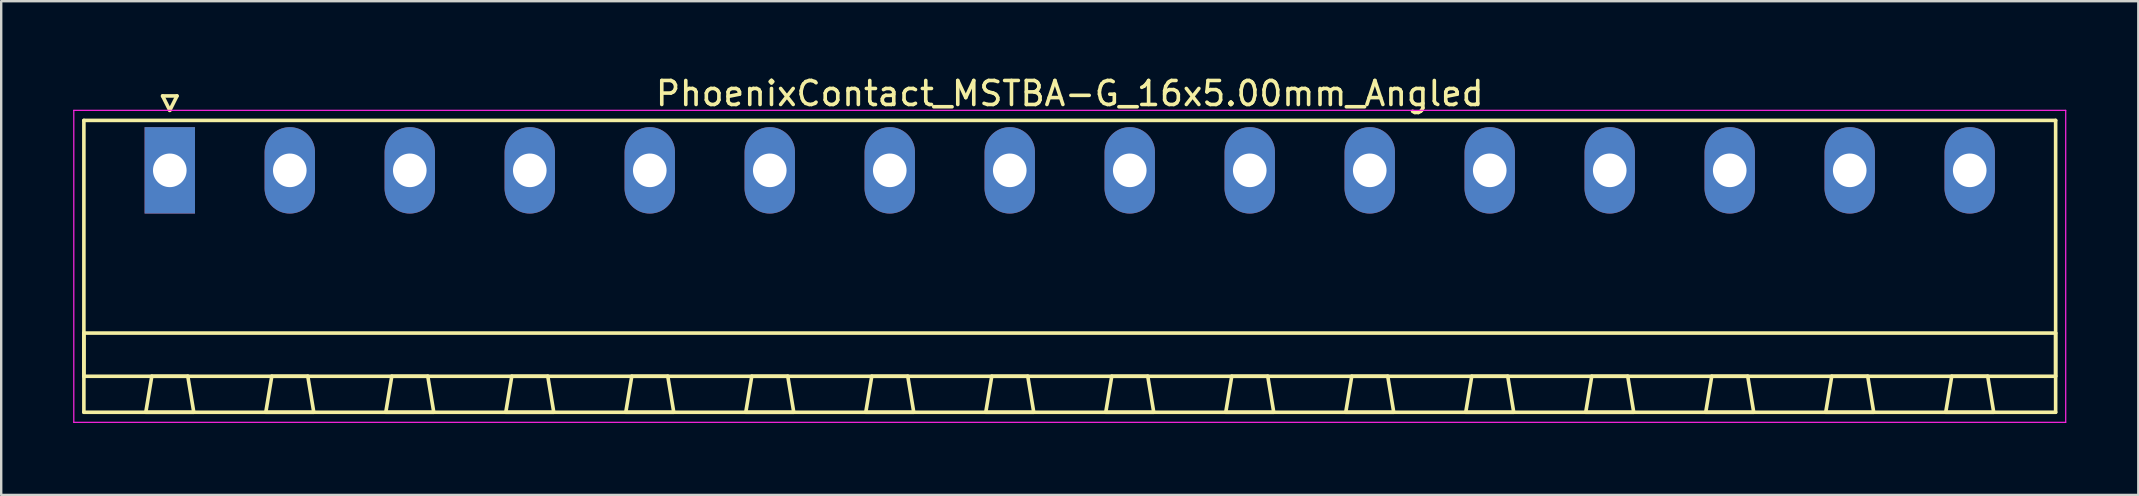
<source format=kicad_pcb>
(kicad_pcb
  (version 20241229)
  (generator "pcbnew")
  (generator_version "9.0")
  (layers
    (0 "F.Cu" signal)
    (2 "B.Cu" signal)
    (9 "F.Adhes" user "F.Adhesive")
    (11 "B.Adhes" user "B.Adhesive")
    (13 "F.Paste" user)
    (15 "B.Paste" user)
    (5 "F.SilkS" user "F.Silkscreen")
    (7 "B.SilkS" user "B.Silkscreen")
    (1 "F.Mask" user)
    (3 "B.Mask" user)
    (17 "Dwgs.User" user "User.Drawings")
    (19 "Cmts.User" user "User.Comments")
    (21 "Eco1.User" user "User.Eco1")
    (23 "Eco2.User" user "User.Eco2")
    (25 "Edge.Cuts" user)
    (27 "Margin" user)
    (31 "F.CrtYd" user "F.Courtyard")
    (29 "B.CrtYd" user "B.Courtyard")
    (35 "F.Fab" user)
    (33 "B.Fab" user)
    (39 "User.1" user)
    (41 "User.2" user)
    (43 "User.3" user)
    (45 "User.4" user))
  (footprint "PhoenixContact_MSTBA-G_16x5.00mm_Angled"
    (layer "F.Cu")
    (at 4.025 4.048)
    (property "Reference" "PhoenixContact_MSTBA-G_16x5.00mm_Angled" (at 37.5 -3.2 0) (layer "F.SilkS") (effects (font (size 1 1) (thickness 0.15))))
    (attr through_hole)
    (fp_line (start -3.58 -2.08) (end -3.58 10.08) (stroke (width 0.15) (type solid)) (layer "F.SilkS"))
    (fp_line (start -3.58 6.78) (end 78.58 6.78) (stroke (width 0.15) (type solid)) (layer "F.SilkS"))
    (fp_line (start -3.58 8.58) (end -3.58 6.78) (stroke (width 0.15) (type solid)) (layer "F.SilkS"))
    (fp_line (start -3.58 10.08) (end 78.58 10.08) (stroke (width 0.15) (type solid)) (layer "F.SilkS"))
    (fp_line (start -1 10.08) (end 1 10.08) (stroke (width 0.15) (type solid)) (layer "F.SilkS"))
    (fp_line (start -0.75 8.58) (end -1 10.08) (stroke (width 0.15) (type solid)) (layer "F.SilkS"))
    (fp_line (start -0.3 -3.1) (end 0 -2.5) (stroke (width 0.15) (type solid)) (layer "F.SilkS"))
    (fp_line (start 0 -2.5) (end 0.3 -3.1) (stroke (width 0.15) (type solid)) (layer "F.SilkS"))
    (fp_line (start 0.3 -3.1) (end -0.3 -3.1) (stroke (width 0.15) (type solid)) (layer "F.SilkS"))
    (fp_line (start 0.75 8.58) (end -0.75 8.58) (stroke (width 0.15) (type solid)) (layer "F.SilkS"))
    (fp_line (start 1 10.08) (end 0.75 8.58) (stroke (width 0.15) (type solid)) (layer "F.SilkS"))
    (fp_line (start 4 10.08) (end 6 10.08) (stroke (width 0.15) (type solid)) (layer "F.SilkS"))
    (fp_line (start 4.25 8.58) (end 4 10.08) (stroke (width 0.15) (type solid)) (layer "F.SilkS"))
    (fp_line (start 5.75 8.58) (end 4.25 8.58) (stroke (width 0.15) (type solid)) (layer "F.SilkS"))
    (fp_line (start 6 10.08) (end 5.75 8.58) (stroke (width 0.15) (type solid)) (layer "F.SilkS"))
    (fp_line (start 9 10.08) (end 11 10.08) (stroke (width 0.15) (type solid)) (layer "F.SilkS"))
    (fp_line (start 9.25 8.58) (end 9 10.08) (stroke (width 0.15) (type solid)) (layer "F.SilkS"))
    (fp_line (start 10.75 8.58) (end 9.25 8.58) (stroke (width 0.15) (type solid)) (layer "F.SilkS"))
    (fp_line (start 11 10.08) (end 10.75 8.58) (stroke (width 0.15) (type solid)) (layer "F.SilkS"))
    (fp_line (start 14 10.08) (end 16 10.08) (stroke (width 0.15) (type solid)) (layer "F.SilkS"))
    (fp_line (start 14.25 8.58) (end 14 10.08) (stroke (width 0.15) (type solid)) (layer "F.SilkS"))
    (fp_line (start 15.75 8.58) (end 14.25 8.58) (stroke (width 0.15) (type solid)) (layer "F.SilkS"))
    (fp_line (start 16 10.08) (end 15.75 8.58) (stroke (width 0.15) (type solid)) (layer "F.SilkS"))
    (fp_line (start 19 10.08) (end 21 10.08) (stroke (width 0.15) (type solid)) (layer "F.SilkS"))
    (fp_line (start 19.25 8.58) (end 19 10.08) (stroke (width 0.15) (type solid)) (layer "F.SilkS"))
    (fp_line (start 20.75 8.58) (end 19.25 8.58) (stroke (width 0.15) (type solid)) (layer "F.SilkS"))
    (fp_line (start 21 10.08) (end 20.75 8.58) (stroke (width 0.15) (type solid)) (layer "F.SilkS"))
    (fp_line (start 24 10.08) (end 26 10.08) (stroke (width 0.15) (type solid)) (layer "F.SilkS"))
    (fp_line (start 24.25 8.58) (end 24 10.08) (stroke (width 0.15) (type solid)) (layer "F.SilkS"))
    (fp_line (start 25.75 8.58) (end 24.25 8.58) (stroke (width 0.15) (type solid)) (layer "F.SilkS"))
    (fp_line (start 26 10.08) (end 25.75 8.58) (stroke (width 0.15) (type solid)) (layer "F.SilkS"))
    (fp_line (start 29 10.08) (end 31 10.08) (stroke (width 0.15) (type solid)) (layer "F.SilkS"))
    (fp_line (start 29.25 8.58) (end 29 10.08) (stroke (width 0.15) (type solid)) (layer "F.SilkS"))
    (fp_line (start 30.75 8.58) (end 29.25 8.58) (stroke (width 0.15) (type solid)) (layer "F.SilkS"))
    (fp_line (start 31 10.08) (end 30.75 8.58) (stroke (width 0.15) (type solid)) (layer "F.SilkS"))
    (fp_line (start 34 10.08) (end 36 10.08) (stroke (width 0.15) (type solid)) (layer "F.SilkS"))
    (fp_line (start 34.25 8.58) (end 34 10.08) (stroke (width 0.15) (type solid)) (layer "F.SilkS"))
    (fp_line (start 35.75 8.58) (end 34.25 8.58) (stroke (width 0.15) (type solid)) (layer "F.SilkS"))
    (fp_line (start 36 10.08) (end 35.75 8.58) (stroke (width 0.15) (type solid)) (layer "F.SilkS"))
    (fp_line (start 39 10.08) (end 41 10.08) (stroke (width 0.15) (type solid)) (layer "F.SilkS"))
    (fp_line (start 39.25 8.58) (end 39 10.08) (stroke (width 0.15) (type solid)) (layer "F.SilkS"))
    (fp_line (start 40.75 8.58) (end 39.25 8.58) (stroke (width 0.15) (type solid)) (layer "F.SilkS"))
    (fp_line (start 41 10.08) (end 40.75 8.58) (stroke (width 0.15) (type solid)) (layer "F.SilkS"))
    (fp_line (start 44 10.08) (end 46 10.08) (stroke (width 0.15) (type solid)) (layer "F.SilkS"))
    (fp_line (start 44.25 8.58) (end 44 10.08) (stroke (width 0.15) (type solid)) (layer "F.SilkS"))
    (fp_line (start 45.75 8.58) (end 44.25 8.58) (stroke (width 0.15) (type solid)) (layer "F.SilkS"))
    (fp_line (start 46 10.08) (end 45.75 8.58) (stroke (width 0.15) (type solid)) (layer "F.SilkS"))
    (fp_line (start 49 10.08) (end 51 10.08) (stroke (width 0.15) (type solid)) (layer "F.SilkS"))
    (fp_line (start 49.25 8.58) (end 49 10.08) (stroke (width 0.15) (type solid)) (layer "F.SilkS"))
    (fp_line (start 50.75 8.58) (end 49.25 8.58) (stroke (width 0.15) (type solid)) (layer "F.SilkS"))
    (fp_line (start 51 10.08) (end 50.75 8.58) (stroke (width 0.15) (type solid)) (layer "F.SilkS"))
    (fp_line (start 54 10.08) (end 56 10.08) (stroke (width 0.15) (type solid)) (layer "F.SilkS"))
    (fp_line (start 54.25 8.58) (end 54 10.08) (stroke (width 0.15) (type solid)) (layer "F.SilkS"))
    (fp_line (start 55.75 8.58) (end 54.25 8.58) (stroke (width 0.15) (type solid)) (layer "F.SilkS"))
    (fp_line (start 56 10.08) (end 55.75 8.58) (stroke (width 0.15) (type solid)) (layer "F.SilkS"))
    (fp_line (start 59 10.08) (end 61 10.08) (stroke (width 0.15) (type solid)) (layer "F.SilkS"))
    (fp_line (start 59.25 8.58) (end 59 10.08) (stroke (width 0.15) (type solid)) (layer "F.SilkS"))
    (fp_line (start 60.75 8.58) (end 59.25 8.58) (stroke (width 0.15) (type solid)) (layer "F.SilkS"))
    (fp_line (start 61 10.08) (end 60.75 8.58) (stroke (width 0.15) (type solid)) (layer "F.SilkS"))
    (fp_line (start 64 10.08) (end 66 10.08) (stroke (width 0.15) (type solid)) (layer "F.SilkS"))
    (fp_line (start 64.25 8.58) (end 64 10.08) (stroke (width 0.15) (type solid)) (layer "F.SilkS"))
    (fp_line (start 65.75 8.58) (end 64.25 8.58) (stroke (width 0.15) (type solid)) (layer "F.SilkS"))
    (fp_line (start 66 10.08) (end 65.75 8.58) (stroke (width 0.15) (type solid)) (layer "F.SilkS"))
    (fp_line (start 69 10.08) (end 71 10.08) (stroke (width 0.15) (type solid)) (layer "F.SilkS"))
    (fp_line (start 69.25 8.58) (end 69 10.08) (stroke (width 0.15) (type solid)) (layer "F.SilkS"))
    (fp_line (start 70.75 8.58) (end 69.25 8.58) (stroke (width 0.15) (type solid)) (layer "F.SilkS"))
    (fp_line (start 71 10.08) (end 70.75 8.58) (stroke (width 0.15) (type solid)) (layer "F.SilkS"))
    (fp_line (start 74 10.08) (end 76 10.08) (stroke (width 0.15) (type solid)) (layer "F.SilkS"))
    (fp_line (start 74.25 8.58) (end 74 10.08) (stroke (width 0.15) (type solid)) (layer "F.SilkS"))
    (fp_line (start 75.75 8.58) (end 74.25 8.58) (stroke (width 0.15) (type solid)) (layer "F.SilkS"))
    (fp_line (start 76 10.08) (end 75.75 8.58) (stroke (width 0.15) (type solid)) (layer "F.SilkS"))
    (fp_line (start 78.58 -2.08) (end -3.58 -2.08) (stroke (width 0.15) (type solid)) (layer "F.SilkS"))
    (fp_line (start 78.58 6.78) (end 78.58 8.58) (stroke (width 0.15) (type solid)) (layer "F.SilkS"))
    (fp_line (start 78.58 8.58) (end -3.58 8.58) (stroke (width 0.15) (type solid)) (layer "F.SilkS"))
    (fp_line (start 78.58 10.08) (end 78.58 -2.08) (stroke (width 0.15) (type solid)) (layer "F.SilkS"))
    (fp_line (start -4 -2.5) (end -4 10.5) (stroke (width 0.05) (type solid)) (layer "F.CrtYd"))
    (fp_line (start -4 10.5) (end 79 10.5) (stroke (width 0.05) (type solid)) (layer "F.CrtYd"))
    (fp_line (start 79 -2.5) (end -4 -2.5) (stroke (width 0.05) (type solid)) (layer "F.CrtYd"))
    (fp_line (start 79 10.5) (end 79 -2.5) (stroke (width 0.05) (type solid)) (layer "F.CrtYd"))
    (pad "1" thru_hole rect (at 0 0) (size 2.1 3.6) (drill 1.4) (layers "*.Cu" "*.Mask"))
    (pad "2" thru_hole oval (at 5 0) (size 2.1 3.6) (drill 1.4) (layers "*.Cu" "*.Mask"))
    (pad "3" thru_hole oval (at 10 0) (size 2.1 3.6) (drill 1.4) (layers "*.Cu" "*.Mask"))
    (pad "4" thru_hole oval (at 15 0) (size 2.1 3.6) (drill 1.4) (layers "*.Cu" "*.Mask"))
    (pad "5" thru_hole oval (at 20 0) (size 2.1 3.6) (drill 1.4) (layers "*.Cu" "*.Mask"))
    (pad "6" thru_hole oval (at 25 0) (size 2.1 3.6) (drill 1.4) (layers "*.Cu" "*.Mask"))
    (pad "7" thru_hole oval (at 30 0) (size 2.1 3.6) (drill 1.4) (layers "*.Cu" "*.Mask"))
    (pad "8" thru_hole oval (at 35 0) (size 2.1 3.6) (drill 1.4) (layers "*.Cu" "*.Mask"))
    (pad "9" thru_hole oval (at 40 0) (size 2.1 3.6) (drill 1.4) (layers "*.Cu" "*.Mask"))
    (pad "10" thru_hole oval (at 45 0) (size 2.1 3.6) (drill 1.4) (layers "*.Cu" "*.Mask"))
    (pad "11" thru_hole oval (at 50 0) (size 2.1 3.6) (drill 1.4) (layers "*.Cu" "*.Mask"))
    (pad "12" thru_hole oval (at 55 0) (size 2.1 3.6) (drill 1.4) (layers "*.Cu" "*.Mask"))
    (pad "13" thru_hole oval (at 60 0) (size 2.1 3.6) (drill 1.4) (layers "*.Cu" "*.Mask"))
    (pad "14" thru_hole oval (at 65 0) (size 2.1 3.6) (drill 1.4) (layers "*.Cu" "*.Mask"))
    (pad "15" thru_hole oval (at 70 0) (size 2.1 3.6) (drill 1.4) (layers "*.Cu" "*.Mask"))
    (pad "16" thru_hole oval (at 75 0) (size 2.1 3.6) (drill 1.4) (layers "*.Cu" "*.Mask")))
  (gr_rect
    (start -3 -3)
    (end 86.05 17.573)
    (stroke (width 0.1) (type default))
    (fill no)
    (layer "Edge.Cuts")))
</source>
